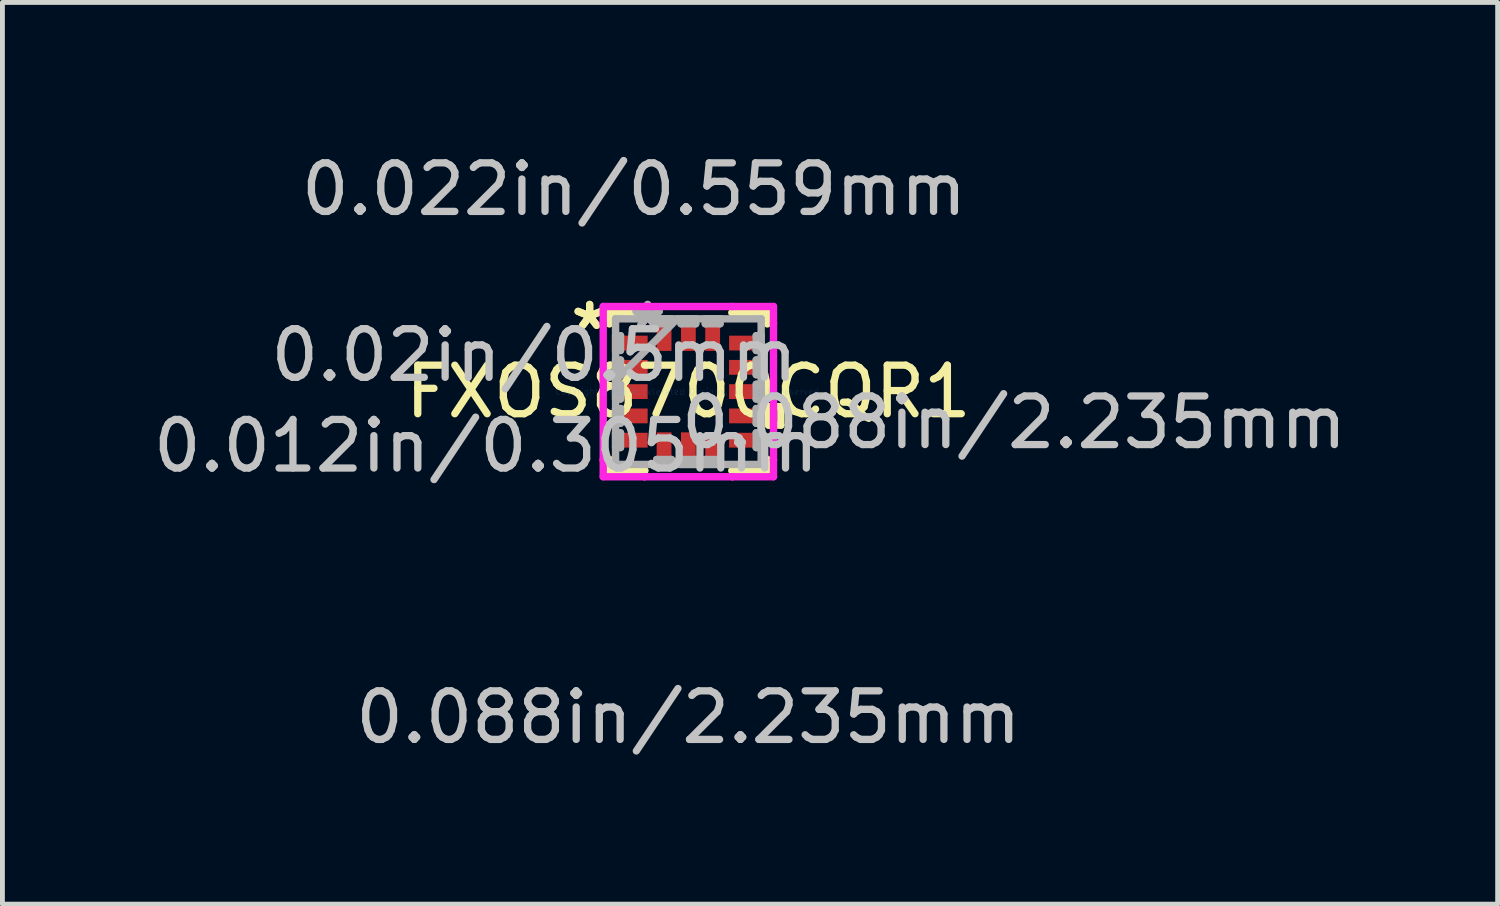
<source format=kicad_pcb>
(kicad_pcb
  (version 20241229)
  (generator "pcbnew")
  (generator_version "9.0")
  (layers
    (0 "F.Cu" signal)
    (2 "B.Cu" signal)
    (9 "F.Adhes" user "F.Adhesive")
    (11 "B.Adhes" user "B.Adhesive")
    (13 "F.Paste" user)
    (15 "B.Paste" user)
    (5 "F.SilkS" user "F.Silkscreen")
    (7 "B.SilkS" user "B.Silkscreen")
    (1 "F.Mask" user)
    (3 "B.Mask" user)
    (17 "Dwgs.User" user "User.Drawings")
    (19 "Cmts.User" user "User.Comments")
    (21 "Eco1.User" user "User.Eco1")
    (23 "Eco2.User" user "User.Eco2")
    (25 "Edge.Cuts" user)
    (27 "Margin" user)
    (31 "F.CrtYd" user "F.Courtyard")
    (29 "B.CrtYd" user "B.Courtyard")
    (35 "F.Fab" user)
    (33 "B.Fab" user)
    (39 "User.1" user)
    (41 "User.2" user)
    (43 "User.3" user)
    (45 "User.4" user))
  (footprint "FXOS8700CQR1"
    (layer "F.Cu")
    (at 11.124 5.014)
    (property "Reference" "FXOS8700CQR1" (at 0 0 0) (layer "F.SilkS") (effects (font (size 1 1) (thickness 0.15))))
    (attr through_hole)
    (fp_line (start -1.626 -1.626) (end -1.626 -1.394) (stroke (width 0.152) (type solid)) (layer "F.SilkS"))
    (fp_line (start -1.626 1.394) (end -1.626 1.626) (stroke (width 0.152) (type solid)) (layer "F.SilkS"))
    (fp_line (start -1.626 1.626) (end -0.894 1.626) (stroke (width 0.152) (type solid)) (layer "F.SilkS"))
    (fp_line (start -0.894 -1.626) (end -1.626 -1.626) (stroke (width 0.152) (type solid)) (layer "F.SilkS"))
    (fp_line (start 0.894 1.626) (end 1.626 1.626) (stroke (width 0.152) (type solid)) (layer "F.SilkS"))
    (fp_line (start 1.626 -1.626) (end 0.894 -1.626) (stroke (width 0.152) (type solid)) (layer "F.SilkS"))
    (fp_line (start 1.626 -1.394) (end 1.626 -1.626) (stroke (width 0.152) (type solid)) (layer "F.SilkS"))
    (fp_line (start 1.626 1.626) (end 1.626 1.394) (stroke (width 0.152) (type solid)) (layer "F.SilkS"))
    (fp_line (start 1.651 0.309) (end 1.905 0.309) (stroke (width 0.152) (type solid)) (layer "F.SilkS"))
    (fp_line (start 1.651 0.69) (end 1.651 0.309) (stroke (width 0.152) (type solid)) (layer "F.SilkS"))
    (fp_line (start 1.905 0.309) (end 1.905 0.69) (stroke (width 0.152) (type solid)) (layer "F.SilkS"))
    (fp_line (start 1.905 0.69) (end 1.651 0.69) (stroke (width 0.152) (type solid)) (layer "F.SilkS"))
    (fp_line (start -1.753 -1.753) (end -0.906 -1.753) (stroke (width 0.152) (type solid)) (layer "F.CrtYd"))
    (fp_line (start -1.753 -1.406) (end -1.753 -1.753) (stroke (width 0.152) (type solid)) (layer "F.CrtYd"))
    (fp_line (start -1.753 -1.406) (end -1.753 -1.406) (stroke (width 0.152) (type solid)) (layer "F.CrtYd"))
    (fp_line (start -1.753 1.406) (end -1.753 -1.406) (stroke (width 0.152) (type solid)) (layer "F.CrtYd"))
    (fp_line (start -1.753 1.406) (end -1.753 1.406) (stroke (width 0.152) (type solid)) (layer "F.CrtYd"))
    (fp_line (start -1.753 1.753) (end -1.753 1.406) (stroke (width 0.152) (type solid)) (layer "F.CrtYd"))
    (fp_line (start -0.906 -1.753) (end -0.906 -1.753) (stroke (width 0.152) (type solid)) (layer "F.CrtYd"))
    (fp_line (start -0.906 -1.753) (end 0.906 -1.753) (stroke (width 0.152) (type solid)) (layer "F.CrtYd"))
    (fp_line (start -0.906 1.753) (end -1.753 1.753) (stroke (width 0.152) (type solid)) (layer "F.CrtYd"))
    (fp_line (start -0.906 1.753) (end -0.906 1.753) (stroke (width 0.152) (type solid)) (layer "F.CrtYd"))
    (fp_line (start 0.906 -1.753) (end 0.906 -1.753) (stroke (width 0.152) (type solid)) (layer "F.CrtYd"))
    (fp_line (start 0.906 -1.753) (end 1.753 -1.753) (stroke (width 0.152) (type solid)) (layer "F.CrtYd"))
    (fp_line (start 0.906 1.753) (end -0.906 1.753) (stroke (width 0.152) (type solid)) (layer "F.CrtYd"))
    (fp_line (start 0.906 1.753) (end 0.906 1.753) (stroke (width 0.152) (type solid)) (layer "F.CrtYd"))
    (fp_line (start 1.753 -1.753) (end 1.753 -1.406) (stroke (width 0.152) (type solid)) (layer "F.CrtYd"))
    (fp_line (start 1.753 -1.406) (end 1.753 -1.406) (stroke (width 0.152) (type solid)) (layer "F.CrtYd"))
    (fp_line (start 1.753 -1.406) (end 1.753 1.406) (stroke (width 0.152) (type solid)) (layer "F.CrtYd"))
    (fp_line (start 1.753 1.406) (end 1.753 1.406) (stroke (width 0.152) (type solid)) (layer "F.CrtYd"))
    (fp_line (start 1.753 1.406) (end 1.753 1.753) (stroke (width 0.152) (type solid)) (layer "F.CrtYd"))
    (fp_line (start 1.753 1.753) (end 0.906 1.753) (stroke (width 0.152) (type solid)) (layer "F.CrtYd"))
    (fp_line (start -1.499 -1.499) (end -1.499 -1.499) (stroke (width 0.152) (type solid)) (layer "F.Fab"))
    (fp_line (start -1.499 -1.499) (end -1.499 1.499) (stroke (width 0.152) (type solid)) (layer "F.Fab"))
    (fp_line (start -1.499 -1.152) (end -1.397 -1.152) (stroke (width 0.152) (type solid)) (layer "F.Fab"))
    (fp_line (start -1.499 -0.848) (end -1.499 -1.152) (stroke (width 0.152) (type solid)) (layer "F.Fab"))
    (fp_line (start -1.499 -0.652) (end -1.397 -0.652) (stroke (width 0.152) (type solid)) (layer "F.Fab"))
    (fp_line (start -1.499 -0.348) (end -1.499 -0.652) (stroke (width 0.152) (type solid)) (layer "F.Fab"))
    (fp_line (start -1.499 -0.229) (end -0.229 -1.499) (stroke (width 0.152) (type solid)) (layer "F.Fab"))
    (fp_line (start -1.499 -0.152) (end -1.397 -0.152) (stroke (width 0.152) (type solid)) (layer "F.Fab"))
    (fp_line (start -1.499 0.152) (end -1.499 -0.152) (stroke (width 0.152) (type solid)) (layer "F.Fab"))
    (fp_line (start -1.499 0.348) (end -1.397 0.348) (stroke (width 0.152) (type solid)) (layer "F.Fab"))
    (fp_line (start -1.499 0.652) (end -1.499 0.348) (stroke (width 0.152) (type solid)) (layer "F.Fab"))
    (fp_line (start -1.499 0.848) (end -1.397 0.848) (stroke (width 0.152) (type solid)) (layer "F.Fab"))
    (fp_line (start -1.499 1.152) (end -1.499 0.848) (stroke (width 0.152) (type solid)) (layer "F.Fab"))
    (fp_line (start -1.499 1.499) (end -1.499 1.499) (stroke (width 0.152) (type solid)) (layer "F.Fab"))
    (fp_line (start -1.499 1.499) (end 1.499 1.499) (stroke (width 0.152) (type solid)) (layer "F.Fab"))
    (fp_line (start -1.397 -1.152) (end -1.397 -0.848) (stroke (width 0.152) (type solid)) (layer "F.Fab"))
    (fp_line (start -1.397 -0.848) (end -1.499 -0.848) (stroke (width 0.152) (type solid)) (layer "F.Fab"))
    (fp_line (start -1.397 -0.652) (end -1.397 -0.348) (stroke (width 0.152) (type solid)) (layer "F.Fab"))
    (fp_line (start -1.397 -0.348) (end -1.499 -0.348) (stroke (width 0.152) (type solid)) (layer "F.Fab"))
    (fp_line (start -1.397 -0.152) (end -1.397 0.152) (stroke (width 0.152) (type solid)) (layer "F.Fab"))
    (fp_line (start -1.397 0.152) (end -1.499 0.152) (stroke (width 0.152) (type solid)) (layer "F.Fab"))
    (fp_line (start -1.397 0.348) (end -1.397 0.652) (stroke (width 0.152) (type solid)) (layer "F.Fab"))
    (fp_line (start -1.397 0.652) (end -1.499 0.652) (stroke (width 0.152) (type solid)) (layer "F.Fab"))
    (fp_line (start -1.397 0.848) (end -1.397 1.152) (stroke (width 0.152) (type solid)) (layer "F.Fab"))
    (fp_line (start -1.397 1.152) (end -1.499 1.152) (stroke (width 0.152) (type solid)) (layer "F.Fab"))
    (fp_line (start -0.652 -1.499) (end -0.348 -1.499) (stroke (width 0.152) (type solid)) (layer "F.Fab"))
    (fp_line (start -0.652 -1.397) (end -0.652 -1.499) (stroke (width 0.152) (type solid)) (layer "F.Fab"))
    (fp_line (start -0.652 1.397) (end -0.348 1.397) (stroke (width 0.152) (type solid)) (layer "F.Fab"))
    (fp_line (start -0.652 1.499) (end -0.652 1.397) (stroke (width 0.152) (type solid)) (layer "F.Fab"))
    (fp_line (start -0.348 -1.499) (end -0.348 -1.397) (stroke (width 0.152) (type solid)) (layer "F.Fab"))
    (fp_line (start -0.348 -1.397) (end -0.652 -1.397) (stroke (width 0.152) (type solid)) (layer "F.Fab"))
    (fp_line (start -0.348 1.397) (end -0.348 1.499) (stroke (width 0.152) (type solid)) (layer "F.Fab"))
    (fp_line (start -0.348 1.499) (end -0.652 1.499) (stroke (width 0.152) (type solid)) (layer "F.Fab"))
    (fp_line (start -0.152 -1.499) (end 0.152 -1.499) (stroke (width 0.152) (type solid)) (layer "F.Fab"))
    (fp_line (start -0.152 -1.397) (end -0.152 -1.499) (stroke (width 0.152) (type solid)) (layer "F.Fab"))
    (fp_line (start -0.152 1.397) (end 0.152 1.397) (stroke (width 0.152) (type solid)) (layer "F.Fab"))
    (fp_line (start -0.152 1.499) (end -0.152 1.397) (stroke (width 0.152) (type solid)) (layer "F.Fab"))
    (fp_line (start 0.152 -1.499) (end 0.152 -1.397) (stroke (width 0.152) (type solid)) (layer "F.Fab"))
    (fp_line (start 0.152 -1.397) (end -0.152 -1.397) (stroke (width 0.152) (type solid)) (layer "F.Fab"))
    (fp_line (start 0.152 1.397) (end 0.152 1.499) (stroke (width 0.152) (type solid)) (layer "F.Fab"))
    (fp_line (start 0.152 1.499) (end -0.152 1.499) (stroke (width 0.152) (type solid)) (layer "F.Fab"))
    (fp_line (start 0.348 -1.499) (end 0.652 -1.499) (stroke (width 0.152) (type solid)) (layer "F.Fab"))
    (fp_line (start 0.348 -1.397) (end 0.348 -1.499) (stroke (width 0.152) (type solid)) (layer "F.Fab"))
    (fp_line (start 0.348 1.397) (end 0.652 1.397) (stroke (width 0.152) (type solid)) (layer "F.Fab"))
    (fp_line (start 0.348 1.499) (end 0.348 1.397) (stroke (width 0.152) (type solid)) (layer "F.Fab"))
    (fp_line (start 0.652 -1.499) (end 0.652 -1.397) (stroke (width 0.152) (type solid)) (layer "F.Fab"))
    (fp_line (start 0.652 -1.397) (end 0.348 -1.397) (stroke (width 0.152) (type solid)) (layer "F.Fab"))
    (fp_line (start 0.652 1.397) (end 0.652 1.499) (stroke (width 0.152) (type solid)) (layer "F.Fab"))
    (fp_line (start 0.652 1.499) (end 0.348 1.499) (stroke (width 0.152) (type solid)) (layer "F.Fab"))
    (fp_line (start 1.397 -1.152) (end 1.499 -1.152) (stroke (width 0.152) (type solid)) (layer "F.Fab"))
    (fp_line (start 1.397 -0.848) (end 1.397 -1.152) (stroke (width 0.152) (type solid)) (layer "F.Fab"))
    (fp_line (start 1.397 -0.652) (end 1.499 -0.652) (stroke (width 0.152) (type solid)) (layer "F.Fab"))
    (fp_line (start 1.397 -0.348) (end 1.397 -0.652) (stroke (width 0.152) (type solid)) (layer "F.Fab"))
    (fp_line (start 1.397 -0.152) (end 1.499 -0.152) (stroke (width 0.152) (type solid)) (layer "F.Fab"))
    (fp_line (start 1.397 0.152) (end 1.397 -0.152) (stroke (width 0.152) (type solid)) (layer "F.Fab"))
    (fp_line (start 1.397 0.348) (end 1.499 0.348) (stroke (width 0.152) (type solid)) (layer "F.Fab"))
    (fp_line (start 1.397 0.652) (end 1.397 0.348) (stroke (width 0.152) (type solid)) (layer "F.Fab"))
    (fp_line (start 1.397 0.848) (end 1.499 0.848) (stroke (width 0.152) (type solid)) (layer "F.Fab"))
    (fp_line (start 1.397 1.152) (end 1.397 0.848) (stroke (width 0.152) (type solid)) (layer "F.Fab"))
    (fp_line (start 1.499 -1.499) (end -1.499 -1.499) (stroke (width 0.152) (type solid)) (layer "F.Fab"))
    (fp_line (start 1.499 -1.499) (end 1.499 -1.499) (stroke (width 0.152) (type solid)) (layer "F.Fab"))
    (fp_line (start 1.499 -1.152) (end 1.499 -0.848) (stroke (width 0.152) (type solid)) (layer "F.Fab"))
    (fp_line (start 1.499 -0.848) (end 1.397 -0.848) (stroke (width 0.152) (type solid)) (layer "F.Fab"))
    (fp_line (start 1.499 -0.652) (end 1.499 -0.348) (stroke (width 0.152) (type solid)) (layer "F.Fab"))
    (fp_line (start 1.499 -0.348) (end 1.397 -0.348) (stroke (width 0.152) (type solid)) (layer "F.Fab"))
    (fp_line (start 1.499 -0.152) (end 1.499 0.152) (stroke (width 0.152) (type solid)) (layer "F.Fab"))
    (fp_line (start 1.499 0.152) (end 1.397 0.152) (stroke (width 0.152) (type solid)) (layer "F.Fab"))
    (fp_line (start 1.499 0.348) (end 1.499 0.652) (stroke (width 0.152) (type solid)) (layer "F.Fab"))
    (fp_line (start 1.499 0.652) (end 1.397 0.652) (stroke (width 0.152) (type solid)) (layer "F.Fab"))
    (fp_line (start 1.499 0.848) (end 1.499 1.152) (stroke (width 0.152) (type solid)) (layer "F.Fab"))
    (fp_line (start 1.499 1.152) (end 1.397 1.152) (stroke (width 0.152) (type solid)) (layer "F.Fab"))
    (fp_line (start 1.499 1.499) (end 1.499 -1.499) (stroke (width 0.152) (type solid)) (layer "F.Fab"))
    (fp_line (start 1.499 1.499) (end 1.499 1.499) (stroke (width 0.152) (type solid)) (layer "F.Fab"))
    (fp_text user "*" (at -2.032 -1.25 0) (layer "F.SilkS") (effects (font (size 1 1) (thickness 0.15))))
    (fp_text user "*" (at -2.032 -1.25 0) (layer "F.SilkS") (effects (font (size 1 1) (thickness 0.15))))
    (fp_text user "0.012in/0.305mm" (at -4.166 1.118 0) (layer "Dwgs.User") (effects (font (size 1 1) (thickness 0.15))))
    (fp_text user "0.088in/2.235mm" (at 0 6.706 0) (layer "Dwgs.User") (effects (font (size 1 1) (thickness 0.15))))
    (fp_text user "0.088in/2.235mm" (at 6.706 0.635 0) (layer "Dwgs.User") (effects (font (size 1 1) (thickness 0.15))))
    (fp_text user "0.02in/0.5mm" (at -3.175 -0.75 0) (layer "Dwgs.User") (effects (font (size 1 1) (thickness 0.15))))
    (fp_text user "0.022in/0.559mm" (at -1.118 -4.166 0) (layer "Dwgs.User") (effects (font (size 1 1) (thickness 0.15))))
    (fp_text user "Copyright 2016 Accelerated Designs. All rights reserved." (at 0 0 0) (layer "Cmts.User") (effects (font (size 0.127 0.127) (thickness 0.002))))
    (fp_text user "*" (at -0.838 -1.25 0) (layer "F.Fab") (effects (font (size 1 1) (thickness 0.15))))
    (fp_text user "*" (at -0.838 -1.25 0) (layer "F.Fab") (effects (font (size 1 1) (thickness 0.15))))
    (pad "1" smd rect (at -1.118 -1 90) (size 0.305 0.559) (layers "F.Cu" "F.Mask" "F.Paste"))
    (pad "2" smd rect (at -1.118 -0.5 90) (size 0.305 0.559) (layers "F.Cu" "F.Mask" "F.Paste"))
    (pad "3" smd rect (at -1.118 0 90) (size 0.305 0.559) (layers "F.Cu" "F.Mask" "F.Paste"))
    (pad "4" smd rect (at -1.118 0.5 90) (size 0.305 0.559) (layers "F.Cu" "F.Mask" "F.Paste"))
    (pad "5" smd rect (at -1.118 1 90) (size 0.305 0.559) (layers "F.Cu" "F.Mask" "F.Paste"))
    (pad "6" smd rect (at -0.5 1.118) (size 0.305 0.559) (layers "F.Cu" "F.Mask" "F.Paste"))
    (pad "7" smd rect (at 0 1.118) (size 0.305 0.559) (layers "F.Cu" "F.Mask" "F.Paste"))
    (pad "8" smd rect (at 0.5 1.118) (size 0.305 0.559) (layers "F.Cu" "F.Mask" "F.Paste"))
    (pad "9" smd rect (at 1.118 1 90) (size 0.305 0.559) (layers "F.Cu" "F.Mask" "F.Paste"))
    (pad "10" smd rect (at 1.118 0.5 90) (size 0.305 0.559) (layers "F.Cu" "F.Mask" "F.Paste"))
    (pad "11" smd rect (at 1.118 0 90) (size 0.305 0.559) (layers "F.Cu" "F.Mask" "F.Paste"))
    (pad "12" smd rect (at 1.118 -0.5 90) (size 0.305 0.559) (layers "F.Cu" "F.Mask" "F.Paste"))
    (pad "13" smd rect (at 1.118 -1 90) (size 0.305 0.559) (layers "F.Cu" "F.Mask" "F.Paste"))
    (pad "14" smd rect (at 0.5 -1.118) (size 0.305 0.559) (layers "F.Cu" "F.Mask" "F.Paste"))
    (pad "15" smd rect (at 0 -1.118) (size 0.305 0.559) (layers "F.Cu" "F.Mask" "F.Paste"))
    (pad "16" smd rect (at -0.5 -1.118) (size 0.305 0.559) (layers "F.Cu" "F.Mask" "F.Paste")))
  (gr_rect
    (start -3 -3)
    (end 27.788 15.568)
    (stroke (width 0.1) (type default))
    (fill no)
    (layer "Edge.Cuts")))
</source>
